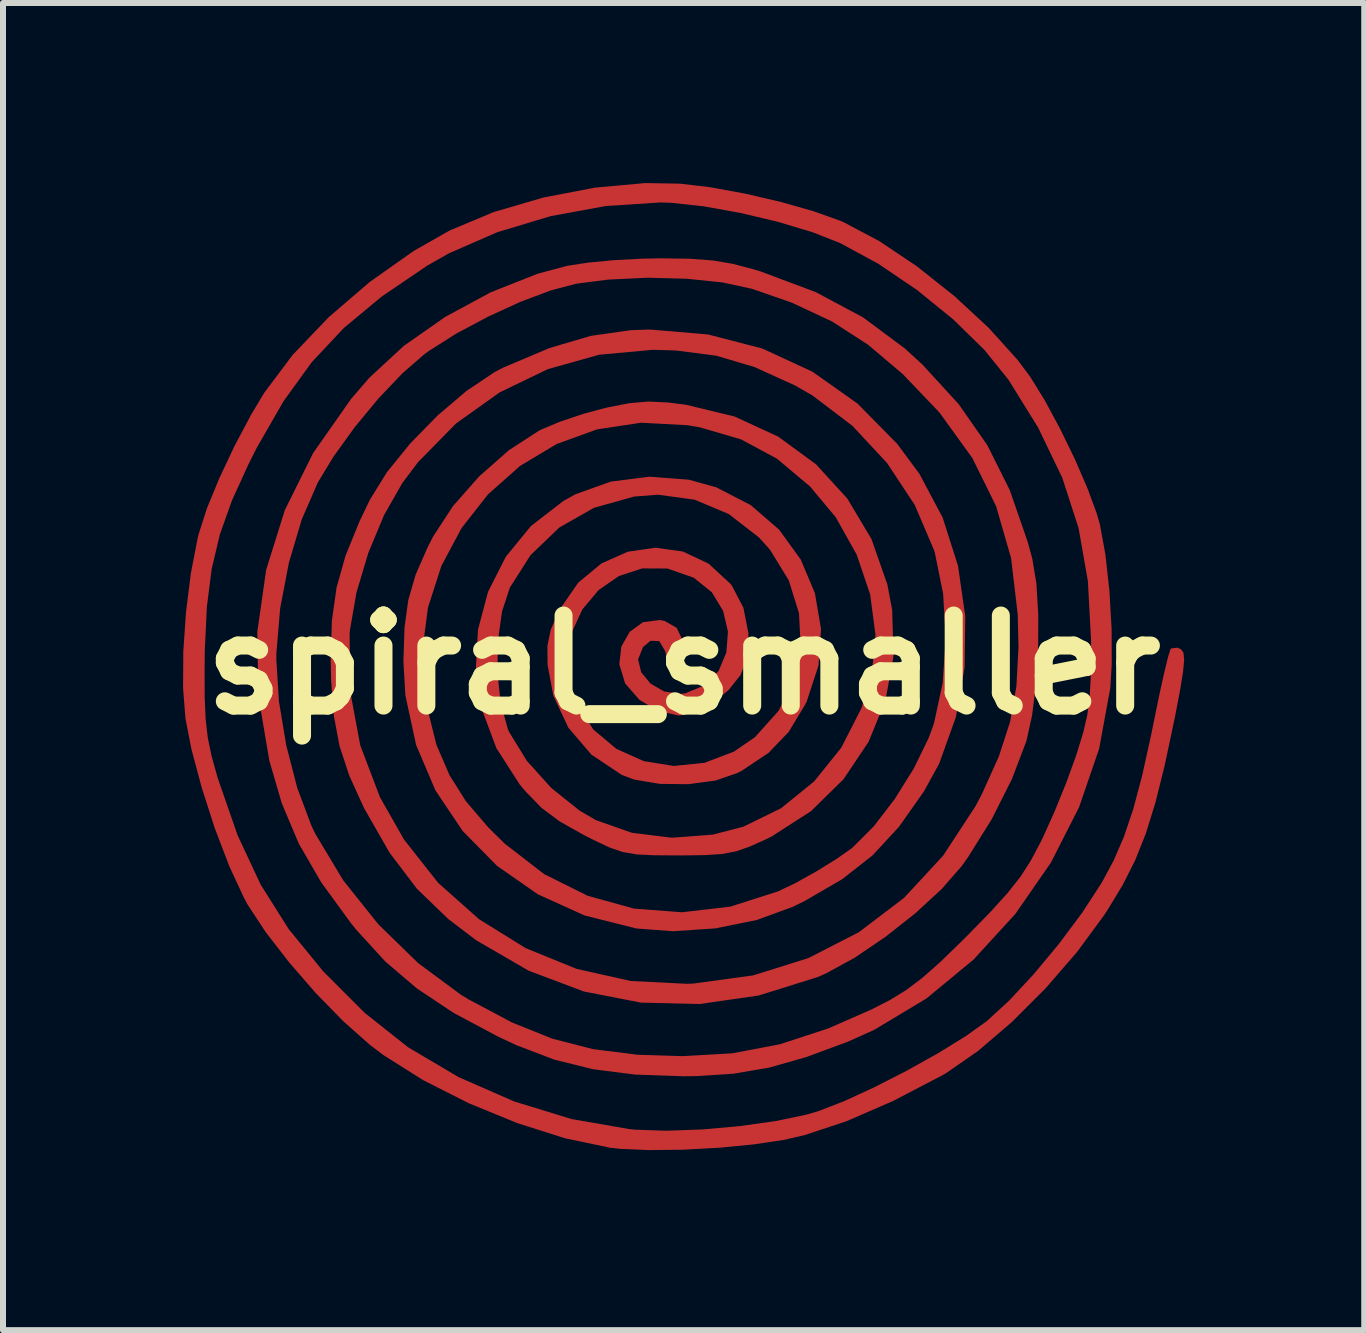
<source format=kicad_pcb>
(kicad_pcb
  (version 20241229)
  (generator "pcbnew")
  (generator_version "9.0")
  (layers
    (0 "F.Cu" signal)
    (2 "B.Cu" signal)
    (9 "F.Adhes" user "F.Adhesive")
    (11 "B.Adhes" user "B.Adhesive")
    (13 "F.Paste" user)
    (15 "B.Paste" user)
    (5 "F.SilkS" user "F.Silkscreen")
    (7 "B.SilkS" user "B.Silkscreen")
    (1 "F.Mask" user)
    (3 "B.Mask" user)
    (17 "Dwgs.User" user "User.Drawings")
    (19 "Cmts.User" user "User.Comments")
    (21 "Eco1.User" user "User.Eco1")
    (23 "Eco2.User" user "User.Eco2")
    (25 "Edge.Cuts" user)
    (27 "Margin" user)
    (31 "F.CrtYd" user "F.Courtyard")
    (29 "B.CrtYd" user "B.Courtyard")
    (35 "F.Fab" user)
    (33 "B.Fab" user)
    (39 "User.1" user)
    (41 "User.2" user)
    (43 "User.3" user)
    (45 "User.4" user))
  (footprint "spiral_smaller"
    (layer "F.Cu")
    (at 8.339 8.027)
    (property "Reference" "spiral_smaller" (at 0 0 0) (layer "F.SilkS") (effects (font (size 1.5 1.5) (thickness 0.3))))
    (attr board_only exclude_from_pos_files exclude_from_bom)
    (fp_poly (pts (xy -0.059 -8.017) (xy 0.446 -7.957) (xy 1.025 -7.851) (xy 1.619 -7.713) (xy 2.17 -7.556) (xy 2.618 -7.396) (xy 2.67 -7.373) (xy 3.261 -7.06) (xy 3.89 -6.638) (xy 4.512 -6.144) (xy 5.085 -5.613) (xy 5.565 -5.081) (xy 5.778 -4.795) (xy 6.019 -4.404) (xy 6.273 -3.933) (xy 6.518 -3.429) (xy 6.729 -2.942) (xy 6.884 -2.521) (xy 6.937 -2.335) (xy 7.028 -1.836) (xy 7.094 -1.237) (xy 7.131 -0.605) (xy 7.133 -0.011) (xy 7.109 0.386) (xy 6.924 1.395) (xy 6.589 2.372) (xy 6.119 3.296) (xy 5.528 4.149) (xy 4.831 4.91) (xy 4.044 5.56) (xy 3.179 6.079) (xy 2.743 6.276) (xy 2.043 6.535) (xy 1.426 6.71) (xy 0.835 6.811) (xy 0.214 6.852) (xy 0 6.854) (xy -0.81 6.826) (xy -1.509 6.737) (xy -2.151 6.578) (xy -2.786 6.336) (xy -3.086 6.196) (xy -3.829 5.8) (xy -4.444 5.391) (xy -4.972 4.94) (xy -5.452 4.415) (xy -5.543 4.302) (xy -6.037 3.624) (xy -6.412 2.976) (xy -6.694 2.306) (xy -6.901 1.599) (xy -7.085 0.514) (xy -7.102 -0.549) (xy -6.955 -1.582) (xy -6.644 -2.577) (xy -6.172 -3.529) (xy -5.541 -4.429) (xy -5.236 -4.783) (xy -4.663 -5.313) (xy -3.972 -5.797) (xy -3.213 -6.207) (xy -2.436 -6.515) (xy -1.94 -6.648) (xy -1.597 -6.701) (xy -1.152 -6.743) (xy -0.673 -6.768) (xy -0.38 -6.773) (xy 0.105 -6.766) (xy 0.483 -6.738) (xy 0.816 -6.682) (xy 1.167 -6.59) (xy 1.287 -6.553) (xy 2.2 -6.211) (xy 2.989 -5.79) (xy 3.688 -5.27) (xy 3.981 -5.001) (xy 4.582 -4.345) (xy 5.059 -3.662) (xy 5.434 -2.912) (xy 5.732 -2.053) (xy 5.811 -1.763) (xy 5.878 -1.357) (xy 5.909 -0.839) (xy 5.907 -0.264) (xy 5.872 0.314) (xy 5.806 0.843) (xy 5.712 1.267) (xy 5.711 1.27) (xy 5.471 1.901) (xy 5.135 2.569) (xy 4.739 3.204) (xy 4.633 3.353) (xy 4.302 3.732) (xy 3.862 4.138) (xy 3.361 4.533) (xy 2.849 4.88) (xy 2.372 5.141) (xy 2.235 5.201) (xy 1.251 5.509) (xy 0.264 5.651) (xy -0.711 5.627) (xy -1.665 5.441) (xy -2.584 5.094) (xy -3.456 4.588) (xy -3.922 4.233) (xy -4.443 3.73) (xy -4.899 3.129) (xy -5.318 2.396) (xy -5.331 2.371) (xy -5.57 1.845) (xy -5.732 1.353) (xy -5.829 0.84) (xy -5.873 0.247) (xy -5.88 -0.127) (xy -5.859 -0.742) (xy -5.782 -1.286) (xy -5.633 -1.817) (xy -5.399 -2.391) (xy -5.226 -2.752) (xy -4.944 -3.208) (xy -4.553 -3.69) (xy -4.096 -4.157) (xy -3.613 -4.567) (xy -3.148 -4.878) (xy -3.006 -4.952) (xy -2.241 -5.276) (xy -1.547 -5.481) (xy -0.881 -5.576) (xy -0.563 -5.587) (xy 0.407 -5.505) (xy 1.313 -5.27) (xy 2.147 -4.884) (xy 2.898 -4.353) (xy 3.559 -3.682) (xy 3.929 -3.183) (xy 4.317 -2.452) (xy 4.572 -1.651) (xy 4.693 -0.81) (xy 4.682 0.041) (xy 4.536 0.871) (xy 4.257 1.649) (xy 4.003 2.11) (xy 3.586 2.701) (xy 3.148 3.174) (xy 2.644 3.57) (xy 2.03 3.927) (xy 1.82 4.031) (xy 1.219 4.251) (xy 0.531 4.39) (xy -0.174 4.438) (xy -0.788 4.392) (xy -1.65 4.175) (xy -2.427 3.823) (xy -3.108 3.349) (xy -3.682 2.766) (xy -4.135 2.09) (xy -4.457 1.333) (xy -4.635 0.509) (xy -4.668 -0.057) (xy -4.65 -0.619) (xy -4.587 -1.079) (xy -4.464 -1.503) (xy -4.266 -1.955) (xy -4.173 -2.138) (xy -3.843 -2.644) (xy -3.407 -3.139) (xy -2.913 -3.574) (xy -2.412 -3.9) (xy -2.372 -3.92) (xy -2.058 -4.052) (xy -1.663 -4.184) (xy -1.282 -4.286) (xy -0.9 -4.36) (xy -0.587 -4.387) (xy -0.256 -4.371) (xy 0.042 -4.333) (xy 0.849 -4.138) (xy 1.575 -3.803) (xy 2.206 -3.342) (xy 2.729 -2.769) (xy 3.13 -2.097) (xy 3.395 -1.34) (xy 3.475 -0.917) (xy 3.498 -0.148) (xy 3.363 0.593) (xy 3.081 1.284) (xy 2.664 1.906) (xy 2.123 2.437) (xy 1.469 2.858) (xy 1.374 2.905) (xy 1.102 3.028) (xy 0.877 3.106) (xy 0.644 3.151) (xy 0.352 3.17) (xy -0.052 3.175) (xy -0.095 3.175) (xy -0.501 3.172) (xy -0.791 3.157) (xy -1.018 3.117) (xy -1.235 3.042) (xy -1.497 2.918) (xy -1.659 2.836) (xy -2.062 2.61) (xy -2.368 2.382) (xy -2.641 2.1) (xy -2.732 1.99) (xy -3.119 1.387) (xy -3.361 0.742) (xy -3.462 0.078) (xy -3.426 -0.583) (xy -3.258 -1.217) (xy -2.962 -1.802) (xy -2.542 -2.314) (xy -2.004 -2.73) (xy -1.803 -2.842) (xy -1.213 -3.053) (xy -0.566 -3.135) (xy 0.086 -3.085) (xy 0.543 -2.959) (xy 1.12 -2.661) (xy 1.593 -2.251) (xy 1.952 -1.754) (xy 2.188 -1.194) (xy 2.29 -0.597) (xy 2.247 0.013) (xy 2.051 0.611) (xy 2.027 0.66) (xy 1.751 1.117) (xy 1.415 1.467) (xy 0.969 1.764) (xy 0.899 1.801) (xy 0.533 1.927) (xy 0.079 1.988) (xy -0.395 1.983) (xy -0.823 1.911) (xy -1.031 1.833) (xy -1.536 1.495) (xy -1.92 1.047) (xy -2.17 0.511) (xy -2.266 0) (xy -2.269 -0.316) (xy -2.214 -0.583) (xy -2.081 -0.888) (xy -2.059 -0.931) (xy -1.754 -1.371) (xy -1.368 -1.69) (xy -0.93 -1.885) (xy -0.468 -1.952) (xy -0.01 -1.888) (xy 0.416 -1.687) (xy 0.783 -1.348) (xy 0.805 -1.319) (xy 0.997 -0.95) (xy 1.081 -0.523) (xy 1.05 -0.102) (xy 0.949 0.169) (xy 0.747 0.423) (xy 0.46 0.647) (xy 0.151 0.801) (xy -0.072 0.845) (xy -0.413 0.774) (xy -0.735 0.583) (xy -0.969 0.315) (xy -0.977 0.3) (xy -1.071 -0.01) (xy -1.037 -0.305) (xy -0.898 -0.55) (xy -0.678 -0.71) (xy -0.398 -0.747) (xy -0.317 -0.732) (xy -0.115 -0.617) (xy -0.028 -0.435) (xy -0.075 -0.238) (xy -0.121 -0.182) (xy -0.229 -0.094) (xy -0.284 -0.149) (xy -0.309 -0.233) (xy -0.405 -0.395) (xy -0.551 -0.401) (xy -0.676 -0.297) (xy -0.758 -0.091) (xy -0.706 0.123) (xy -0.55 0.313) (xy -0.322 0.444) (xy -0.051 0.484) (xy 0.028 0.474) (xy 0.356 0.339) (xy 0.585 0.1) (xy 0.713 -0.209) (xy 0.739 -0.554) (xy 0.659 -0.898) (xy 0.471 -1.209) (xy 0.173 -1.449) (xy 0.164 -1.454) (xy -0.269 -1.605) (xy -0.689 -1.607) (xy -1.078 -1.48) (xy -1.416 -1.246) (xy -1.686 -0.924) (xy -1.866 -0.535) (xy -1.94 -0.1) (xy -1.886 0.362) (xy -1.787 0.641) (xy -1.504 1.077) (xy -1.119 1.4) (xy -0.663 1.604) (xy -0.165 1.684) (xy 0.345 1.633) (xy 0.838 1.446) (xy 1.189 1.205) (xy 1.584 0.764) (xy 1.838 0.255) (xy 1.951 -0.295) (xy 1.923 -0.859) (xy 1.752 -1.409) (xy 1.44 -1.918) (xy 1.258 -2.121) (xy 0.754 -2.512) (xy 0.185 -2.752) (xy -0.428 -2.835) (xy -0.824 -2.804) (xy -1.492 -2.617) (xy -2.071 -2.288) (xy -2.55 -1.828) (xy -2.895 -1.286) (xy -3.025 -0.89) (xy -3.094 -0.396) (xy -3.101 0.135) (xy -3.046 0.644) (xy -2.928 1.069) (xy -2.906 1.119) (xy -2.612 1.598) (xy -2.202 2.053) (xy -1.729 2.431) (xy -1.463 2.586) (xy -0.861 2.798) (xy -0.196 2.88) (xy 0.485 2.829) (xy 0.994 2.697) (xy 1.625 2.388) (xy 2.175 1.942) (xy 2.627 1.38) (xy 2.964 0.72) (xy 3.136 0.151) (xy 3.197 -0.498) (xy 3.109 -1.171) (xy 2.884 -1.837) (xy 2.534 -2.461) (xy 2.105 -2.974) (xy 1.554 -3.436) (xy 0.959 -3.756) (xy 0.277 -3.956) (xy 0.064 -3.993) (xy -0.709 -4.034) (xy -1.44 -3.924) (xy -2.116 -3.679) (xy -2.726 -3.313) (xy -3.257 -2.842) (xy -3.698 -2.281) (xy -4.036 -1.647) (xy -4.259 -0.954) (xy -4.355 -0.218) (xy -4.313 0.546) (xy -4.12 1.323) (xy -4.109 1.352) (xy -3.9 1.838) (xy -3.627 2.272) (xy -3.257 2.705) (xy -2.983 2.976) (xy -2.325 3.485) (xy -1.599 3.847) (xy -0.825 4.061) (xy -0.025 4.122) (xy 0.779 4.028) (xy 1.568 3.776) (xy 1.861 3.637) (xy 2.207 3.444) (xy 2.538 3.24) (xy 2.791 3.063) (xy 2.82 3.039) (xy 3.168 2.691) (xy 3.519 2.234) (xy 3.836 1.725) (xy 4.083 1.219) (xy 4.171 0.978) (xy 4.316 0.304) (xy 4.367 -0.44) (xy 4.324 -1.185) (xy 4.187 -1.863) (xy 4.171 -1.915) (xy 3.851 -2.665) (xy 3.389 -3.364) (xy 2.813 -3.982) (xy 2.149 -4.487) (xy 1.857 -4.655) (xy 1.182 -4.962) (xy 0.544 -5.151) (xy -0.126 -5.238) (xy -0.517 -5.249) (xy -1.405 -5.167) (xy -2.261 -4.927) (xy -3.064 -4.54) (xy -3.793 -4.02) (xy -4.425 -3.376) (xy -4.687 -3.028) (xy -4.99 -2.496) (xy -5.253 -1.865) (xy -5.45 -1.205) (xy -5.558 -0.586) (xy -5.564 -0.508) (xy -5.555 0.44) (xy -5.387 1.34) (xy -5.058 2.206) (xy -4.658 2.91) (xy -4.089 3.632) (xy -3.407 4.238) (xy -2.632 4.719) (xy -1.783 5.065) (xy -0.88 5.267) (xy 0.056 5.314) (xy 0.169 5.309) (xy 1.158 5.174) (xy 2.078 4.886) (xy 2.92 4.454) (xy 3.672 3.883) (xy 4.324 3.179) (xy 4.866 2.351) (xy 4.972 2.149) (xy 5.252 1.527) (xy 5.44 0.949) (xy 5.545 0.358) (xy 5.58 -0.299) (xy 5.567 -0.841) (xy 5.456 -1.78) (xy 5.207 -2.642) (xy 4.812 -3.444) (xy 4.264 -4.203) (xy 3.648 -4.848) (xy 3.07 -5.336) (xy 2.472 -5.722) (xy 1.802 -6.035) (xy 1.143 -6.264) (xy 0.653 -6.371) (xy 0.053 -6.433) (xy -0.6 -6.45) (xy -1.253 -6.419) (xy -1.787 -6.351) (xy -2.211 -6.239) (xy -2.719 -6.048) (xy -3.26 -5.8) (xy -3.784 -5.521) (xy -4.239 -5.233) (xy -4.322 -5.173) (xy -4.684 -4.858) (xy -5.083 -4.439) (xy -5.478 -3.961) (xy -5.832 -3.471) (xy -6.093 -3.04) (xy -6.362 -2.422) (xy -6.576 -1.701) (xy -6.722 -0.938) (xy -6.784 -0.196) (xy -6.785 -0.085) (xy -6.742 0.607) (xy -6.62 1.34) (xy -6.436 2.051) (xy -6.202 2.676) (xy -6.138 2.811) (xy -5.672 3.588) (xy -5.088 4.32) (xy -4.422 4.969) (xy -3.711 5.495) (xy -3.582 5.573) (xy -2.863 5.956) (xy -2.188 6.228) (xy -1.506 6.403) (xy -0.762 6.496) (xy -0.013 6.519) (xy 0.81 6.472) (xy 1.601 6.322) (xy 2.409 6.058) (xy 3.127 5.743) (xy 3.44 5.583) (xy 3.71 5.417) (xy 3.974 5.218) (xy 4.269 4.958) (xy 4.631 4.607) (xy 4.739 4.499) (xy 5.118 4.111) (xy 5.4 3.799) (xy 5.614 3.528) (xy 5.787 3.258) (xy 5.948 2.954) (xy 5.985 2.879) (xy 6.18 2.446) (xy 6.378 1.958) (xy 6.541 1.508) (xy 6.563 1.439) (xy 6.66 1.119) (xy 6.725 0.841) (xy 6.764 0.558) (xy 6.783 0.22) (xy 6.789 -0.221) (xy 6.788 -0.423) (xy 6.736 -1.394) (xy 6.581 -2.279) (xy 6.309 -3.117) (xy 5.908 -3.951) (xy 5.413 -4.75) (xy 5.012 -5.247) (xy 4.49 -5.758) (xy 3.887 -6.247) (xy 3.245 -6.682) (xy 2.609 -7.027) (xy 2.143 -7.21) (xy 1.57 -7.382) (xy 0.949 -7.529) (xy 0.339 -7.639) (xy -0.2 -7.698) (xy -0.391 -7.704) (xy -1.294 -7.645) (xy -2.214 -7.476) (xy -3.102 -7.209) (xy -3.907 -6.858) (xy -4.268 -6.653) (xy -5.029 -6.137) (xy -5.66 -5.613) (xy -6.195 -5.043) (xy -6.667 -4.39) (xy -7.111 -3.617) (xy -7.246 -3.35) (xy -7.524 -2.74) (xy -7.726 -2.173) (xy -7.862 -1.599) (xy -7.942 -0.972) (xy -7.977 -0.242) (xy -7.98 0.042) (xy -7.979 0.533) (xy -7.963 0.906) (xy -7.927 1.216) (xy -7.865 1.515) (xy -7.77 1.856) (xy -7.755 1.905) (xy -7.429 2.843) (xy -7.046 3.661) (xy -6.58 4.401) (xy -6.004 5.106) (xy -5.313 5.798) (xy -4.59 6.371) (xy -3.747 6.869) (xy -2.825 7.273) (xy -1.866 7.567) (xy -0.907 7.734) (xy -0.804 7.744) (xy -0.285 7.762) (xy 0.316 7.74) (xy 0.942 7.684) (xy 1.539 7.6) (xy 2.049 7.493) (xy 2.244 7.436) (xy 2.673 7.27) (xy 3.181 7.036) (xy 3.721 6.76) (xy 4.244 6.468) (xy 4.704 6.184) (xy 5.051 5.936) (xy 5.42 5.598) (xy 5.833 5.154) (xy 6.253 4.649) (xy 6.642 4.128) (xy 6.964 3.633) (xy 6.966 3.63) (xy 7.166 3.259) (xy 7.338 2.859) (xy 7.493 2.399) (xy 7.64 1.845) (xy 7.79 1.166) (xy 7.846 0.889) (xy 7.931 0.476) (xy 8.009 0.125) (xy 8.072 -0.133) (xy 8.113 -0.264) (xy 8.118 -0.272) (xy 8.225 -0.287) (xy 8.286 -0.261) (xy 8.327 -0.205) (xy 8.34 -0.086) (xy 8.321 0.119) (xy 8.269 0.436) (xy 8.182 0.891) (xy 8.172 0.938) (xy 8.013 1.685) (xy 7.86 2.298) (xy 7.701 2.81) (xy 7.524 3.255) (xy 7.316 3.667) (xy 7.066 4.079) (xy 7.007 4.17) (xy 6.554 4.785) (xy 6.03 5.39) (xy 5.469 5.951) (xy 4.907 6.432) (xy 4.377 6.8) (xy 4.298 6.845) (xy 3.486 7.268) (xy 2.717 7.602) (xy 2.021 7.833) (xy 1.679 7.913) (xy 1.171 7.989) (xy 0.589 8.045) (xy -0.014 8.078) (xy -0.581 8.084) (xy -1.06 8.063) (xy -1.228 8.044) (xy -1.974 7.888) (xy -2.775 7.633) (xy -3.58 7.303) (xy -4.339 6.919) (xy -5 6.502) (xy -5.227 6.33) (xy -5.669 5.938) (xy -6.13 5.466) (xy -6.572 4.957) (xy -6.961 4.454) (xy -7.261 3.998) (xy -7.322 3.886) (xy -7.568 3.356) (xy -7.81 2.723) (xy -8.027 2.05) (xy -8.2 1.403) (xy -8.299 0.895) (xy -8.339 0.39) (xy -8.335 -0.221) (xy -8.29 -0.881) (xy -8.208 -1.533) (xy -8.094 -2.12) (xy -8.076 -2.189) (xy -7.942 -2.606) (xy -7.735 -3.109) (xy -7.481 -3.648) (xy -7.204 -4.17) (xy -6.986 -4.534) (xy -6.513 -5.164) (xy -5.914 -5.791) (xy -5.228 -6.38) (xy -4.497 -6.896) (xy -3.897 -7.237) (xy -3.164 -7.544) (xy -2.336 -7.786) (xy -1.475 -7.951) (xy -0.638 -8.027)) (stroke (width 0) (type solid)) (fill yes) (layer "F.Cu"))
    (fp_poly (pts (xy -0.059 -8.017) (xy 0.446 -7.957) (xy 1.025 -7.851) (xy 1.619 -7.713) (xy 2.17 -7.556) (xy 2.618 -7.396) (xy 2.67 -7.373) (xy 3.261 -7.06) (xy 3.89 -6.638) (xy 4.512 -6.144) (xy 5.085 -5.613) (xy 5.565 -5.081) (xy 5.778 -4.795) (xy 6.019 -4.404) (xy 6.273 -3.933) (xy 6.518 -3.429) (xy 6.729 -2.942) (xy 6.884 -2.521) (xy 6.937 -2.335) (xy 7.028 -1.836) (xy 7.094 -1.237) (xy 7.131 -0.605) (xy 7.133 -0.011) (xy 7.109 0.386) (xy 6.924 1.395) (xy 6.589 2.372) (xy 6.119 3.296) (xy 5.528 4.149) (xy 4.831 4.91) (xy 4.044 5.56) (xy 3.179 6.079) (xy 2.743 6.276) (xy 2.043 6.535) (xy 1.426 6.71) (xy 0.835 6.811) (xy 0.214 6.852) (xy 0 6.854) (xy -0.81 6.826) (xy -1.509 6.737) (xy -2.151 6.578) (xy -2.786 6.336) (xy -3.086 6.196) (xy -3.829 5.8) (xy -4.444 5.391) (xy -4.972 4.94) (xy -5.452 4.415) (xy -5.543 4.302) (xy -6.037 3.624) (xy -6.412 2.976) (xy -6.694 2.306) (xy -6.901 1.599) (xy -7.085 0.514) (xy -7.102 -0.549) (xy -6.955 -1.582) (xy -6.644 -2.577) (xy -6.172 -3.529) (xy -5.541 -4.429) (xy -5.236 -4.783) (xy -4.663 -5.313) (xy -3.972 -5.797) (xy -3.213 -6.207) (xy -2.436 -6.515) (xy -1.94 -6.648) (xy -1.597 -6.701) (xy -1.152 -6.743) (xy -0.673 -6.768) (xy -0.38 -6.773) (xy 0.105 -6.766) (xy 0.483 -6.738) (xy 0.816 -6.682) (xy 1.167 -6.59) (xy 1.287 -6.553) (xy 2.2 -6.211) (xy 2.989 -5.79) (xy 3.688 -5.27) (xy 3.981 -5.001) (xy 4.582 -4.345) (xy 5.059 -3.662) (xy 5.434 -2.912) (xy 5.732 -2.053) (xy 5.811 -1.763) (xy 5.878 -1.357) (xy 5.909 -0.839) (xy 5.907 -0.264) (xy 5.872 0.314) (xy 5.806 0.843) (xy 5.712 1.267) (xy 5.711 1.27) (xy 5.471 1.901) (xy 5.135 2.569) (xy 4.739 3.204) (xy 4.633 3.353) (xy 4.302 3.732) (xy 3.862 4.138) (xy 3.361 4.533) (xy 2.849 4.88) (xy 2.372 5.141) (xy 2.235 5.201) (xy 1.251 5.509) (xy 0.264 5.651) (xy -0.711 5.627) (xy -1.665 5.441) (xy -2.584 5.094) (xy -3.456 4.588) (xy -3.922 4.233) (xy -4.443 3.73) (xy -4.899 3.129) (xy -5.318 2.396) (xy -5.331 2.371) (xy -5.57 1.845) (xy -5.732 1.353) (xy -5.829 0.84) (xy -5.873 0.247) (xy -5.88 -0.127) (xy -5.859 -0.742) (xy -5.782 -1.286) (xy -5.633 -1.817) (xy -5.399 -2.391) (xy -5.226 -2.752) (xy -4.944 -3.208) (xy -4.553 -3.69) (xy -4.096 -4.157) (xy -3.613 -4.567) (xy -3.148 -4.878) (xy -3.006 -4.952) (xy -2.241 -5.276) (xy -1.547 -5.481) (xy -0.881 -5.576) (xy -0.563 -5.587) (xy 0.407 -5.505) (xy 1.313 -5.27) (xy 2.147 -4.884) (xy 2.898 -4.353) (xy 3.559 -3.682) (xy 3.929 -3.183) (xy 4.317 -2.452) (xy 4.572 -1.651) (xy 4.693 -0.81) (xy 4.682 0.041) (xy 4.536 0.871) (xy 4.257 1.649) (xy 4.003 2.11) (xy 3.586 2.701) (xy 3.148 3.174) (xy 2.644 3.57) (xy 2.03 3.927) (xy 1.82 4.031) (xy 1.219 4.251) (xy 0.531 4.39) (xy -0.174 4.438) (xy -0.788 4.392) (xy -1.65 4.175) (xy -2.427 3.823) (xy -3.108 3.349) (xy -3.682 2.766) (xy -4.135 2.09) (xy -4.457 1.333) (xy -4.635 0.509) (xy -4.668 -0.057) (xy -4.65 -0.619) (xy -4.587 -1.079) (xy -4.464 -1.503) (xy -4.266 -1.955) (xy -4.173 -2.138) (xy -3.843 -2.644) (xy -3.407 -3.139) (xy -2.913 -3.574) (xy -2.412 -3.9) (xy -2.372 -3.92) (xy -2.058 -4.052) (xy -1.663 -4.184) (xy -1.282 -4.286) (xy -0.9 -4.36) (xy -0.587 -4.387) (xy -0.256 -4.371) (xy 0.042 -4.333) (xy 0.849 -4.138) (xy 1.575 -3.803) (xy 2.206 -3.342) (xy 2.729 -2.769) (xy 3.13 -2.097) (xy 3.395 -1.34) (xy 3.475 -0.917) (xy 3.498 -0.148) (xy 3.363 0.593) (xy 3.081 1.284) (xy 2.664 1.906) (xy 2.123 2.437) (xy 1.469 2.858) (xy 1.374 2.905) (xy 1.102 3.028) (xy 0.877 3.106) (xy 0.644 3.151) (xy 0.352 3.17) (xy -0.052 3.175) (xy -0.095 3.175) (xy -0.501 3.172) (xy -0.791 3.157) (xy -1.018 3.117) (xy -1.235 3.042) (xy -1.497 2.918) (xy -1.659 2.836) (xy -2.062 2.61) (xy -2.368 2.382) (xy -2.641 2.1) (xy -2.732 1.99) (xy -3.119 1.387) (xy -3.361 0.742) (xy -3.462 0.078) (xy -3.426 -0.583) (xy -3.258 -1.217) (xy -2.962 -1.802) (xy -2.542 -2.314) (xy -2.004 -2.73) (xy -1.803 -2.842) (xy -1.213 -3.053) (xy -0.566 -3.135) (xy 0.086 -3.085) (xy 0.543 -2.959) (xy 1.12 -2.661) (xy 1.593 -2.251) (xy 1.952 -1.754) (xy 2.188 -1.194) (xy 2.29 -0.597) (xy 2.247 0.013) (xy 2.051 0.611) (xy 2.027 0.66) (xy 1.751 1.117) (xy 1.415 1.467) (xy 0.969 1.764) (xy 0.899 1.801) (xy 0.533 1.927) (xy 0.079 1.988) (xy -0.395 1.983) (xy -0.823 1.911) (xy -1.031 1.833) (xy -1.536 1.495) (xy -1.92 1.047) (xy -2.17 0.511) (xy -2.266 0) (xy -2.269 -0.316) (xy -2.214 -0.583) (xy -2.081 -0.888) (xy -2.059 -0.931) (xy -1.754 -1.371) (xy -1.368 -1.69) (xy -0.93 -1.885) (xy -0.468 -1.952) (xy -0.01 -1.888) (xy 0.416 -1.687) (xy 0.783 -1.348) (xy 0.805 -1.319) (xy 0.997 -0.95) (xy 1.081 -0.523) (xy 1.05 -0.102) (xy 0.949 0.169) (xy 0.747 0.423) (xy 0.46 0.647) (xy 0.151 0.801) (xy -0.072 0.845) (xy -0.413 0.774) (xy -0.735 0.583) (xy -0.969 0.315) (xy -0.977 0.3) (xy -1.071 -0.01) (xy -1.037 -0.305) (xy -0.898 -0.55) (xy -0.678 -0.71) (xy -0.398 -0.747) (xy -0.317 -0.732) (xy -0.115 -0.617) (xy -0.028 -0.435) (xy -0.075 -0.238) (xy -0.121 -0.182) (xy -0.229 -0.094) (xy -0.284 -0.149) (xy -0.309 -0.233) (xy -0.405 -0.395) (xy -0.551 -0.401) (xy -0.676 -0.297) (xy -0.758 -0.091) (xy -0.706 0.123) (xy -0.55 0.313) (xy -0.322 0.444) (xy -0.051 0.484) (xy 0.028 0.474) (xy 0.356 0.339) (xy 0.585 0.1) (xy 0.713 -0.209) (xy 0.739 -0.554) (xy 0.659 -0.898) (xy 0.471 -1.209) (xy 0.173 -1.449) (xy 0.164 -1.454) (xy -0.269 -1.605) (xy -0.689 -1.607) (xy -1.078 -1.48) (xy -1.416 -1.246) (xy -1.686 -0.924) (xy -1.866 -0.535) (xy -1.94 -0.1) (xy -1.886 0.362) (xy -1.787 0.641) (xy -1.504 1.077) (xy -1.119 1.4) (xy -0.663 1.604) (xy -0.165 1.684) (xy 0.345 1.633) (xy 0.838 1.446) (xy 1.189 1.205) (xy 1.584 0.764) (xy 1.838 0.255) (xy 1.951 -0.295) (xy 1.923 -0.859) (xy 1.752 -1.409) (xy 1.44 -1.918) (xy 1.258 -2.121) (xy 0.754 -2.512) (xy 0.185 -2.752) (xy -0.428 -2.835) (xy -0.824 -2.804) (xy -1.492 -2.617) (xy -2.071 -2.288) (xy -2.55 -1.828) (xy -2.895 -1.286) (xy -3.025 -0.89) (xy -3.094 -0.396) (xy -3.101 0.135) (xy -3.046 0.644) (xy -2.928 1.069) (xy -2.906 1.119) (xy -2.612 1.598) (xy -2.202 2.053) (xy -1.729 2.431) (xy -1.463 2.586) (xy -0.861 2.798) (xy -0.196 2.88) (xy 0.485 2.829) (xy 0.994 2.697) (xy 1.625 2.388) (xy 2.175 1.942) (xy 2.627 1.38) (xy 2.964 0.72) (xy 3.136 0.151) (xy 3.197 -0.498) (xy 3.109 -1.171) (xy 2.884 -1.837) (xy 2.534 -2.461) (xy 2.105 -2.974) (xy 1.554 -3.436) (xy 0.959 -3.756) (xy 0.277 -3.956) (xy 0.064 -3.993) (xy -0.709 -4.034) (xy -1.44 -3.924) (xy -2.116 -3.679) (xy -2.726 -3.313) (xy -3.257 -2.842) (xy -3.698 -2.281) (xy -4.036 -1.647) (xy -4.259 -0.954) (xy -4.355 -0.218) (xy -4.313 0.546) (xy -4.12 1.323) (xy -4.109 1.352) (xy -3.9 1.838) (xy -3.627 2.272) (xy -3.257 2.705) (xy -2.983 2.976) (xy -2.325 3.485) (xy -1.599 3.847) (xy -0.825 4.061) (xy -0.025 4.122) (xy 0.779 4.028) (xy 1.568 3.776) (xy 1.861 3.637) (xy 2.207 3.444) (xy 2.538 3.24) (xy 2.791 3.063) (xy 2.82 3.039) (xy 3.168 2.691) (xy 3.519 2.234) (xy 3.836 1.725) (xy 4.083 1.219) (xy 4.171 0.978) (xy 4.316 0.304) (xy 4.367 -0.44) (xy 4.324 -1.185) (xy 4.187 -1.863) (xy 4.171 -1.915) (xy 3.851 -2.665) (xy 3.389 -3.364) (xy 2.813 -3.982) (xy 2.149 -4.487) (xy 1.857 -4.655) (xy 1.182 -4.962) (xy 0.544 -5.151) (xy -0.126 -5.238) (xy -0.517 -5.249) (xy -1.405 -5.167) (xy -2.261 -4.927) (xy -3.064 -4.54) (xy -3.793 -4.02) (xy -4.425 -3.376) (xy -4.687 -3.028) (xy -4.99 -2.496) (xy -5.253 -1.865) (xy -5.45 -1.205) (xy -5.558 -0.586) (xy -5.564 -0.508) (xy -5.555 0.44) (xy -5.387 1.34) (xy -5.058 2.206) (xy -4.658 2.91) (xy -4.089 3.632) (xy -3.407 4.238) (xy -2.632 4.719) (xy -1.783 5.065) (xy -0.88 5.267) (xy 0.056 5.314) (xy 0.169 5.309) (xy 1.158 5.174) (xy 2.078 4.886) (xy 2.92 4.454) (xy 3.672 3.883) (xy 4.324 3.179) (xy 4.866 2.351) (xy 4.972 2.149) (xy 5.252 1.527) (xy 5.44 0.949) (xy 5.545 0.358) (xy 5.58 -0.299) (xy 5.567 -0.841) (xy 5.456 -1.78) (xy 5.207 -2.642) (xy 4.812 -3.444) (xy 4.264 -4.203) (xy 3.648 -4.848) (xy 3.07 -5.336) (xy 2.472 -5.722) (xy 1.802 -6.035) (xy 1.143 -6.264) (xy 0.653 -6.371) (xy 0.053 -6.433) (xy -0.6 -6.45) (xy -1.253 -6.419) (xy -1.787 -6.351) (xy -2.211 -6.239) (xy -2.719 -6.048) (xy -3.26 -5.8) (xy -3.784 -5.521) (xy -4.239 -5.233) (xy -4.322 -5.173) (xy -4.684 -4.858) (xy -5.083 -4.439) (xy -5.478 -3.961) (xy -5.832 -3.471) (xy -6.093 -3.04) (xy -6.362 -2.422) (xy -6.576 -1.701) (xy -6.722 -0.938) (xy -6.784 -0.196) (xy -6.785 -0.085) (xy -6.742 0.607) (xy -6.62 1.34) (xy -6.436 2.051) (xy -6.202 2.676) (xy -6.138 2.811) (xy -5.672 3.588) (xy -5.088 4.32) (xy -4.422 4.969) (xy -3.711 5.495) (xy -3.582 5.573) (xy -2.863 5.956) (xy -2.188 6.228) (xy -1.506 6.403) (xy -0.762 6.496) (xy -0.013 6.519) (xy 0.81 6.472) (xy 1.601 6.322) (xy 2.409 6.058) (xy 3.127 5.743) (xy 3.44 5.583) (xy 3.71 5.417) (xy 3.974 5.218) (xy 4.269 4.958) (xy 4.631 4.607) (xy 4.739 4.499) (xy 5.118 4.111) (xy 5.4 3.799) (xy 5.614 3.528) (xy 5.787 3.258) (xy 5.948 2.954) (xy 5.985 2.879) (xy 6.18 2.446) (xy 6.378 1.958) (xy 6.541 1.508) (xy 6.563 1.439) (xy 6.66 1.119) (xy 6.725 0.841) (xy 6.764 0.558) (xy 6.783 0.22) (xy 6.789 -0.221) (xy 6.788 -0.423) (xy 6.736 -1.394) (xy 6.581 -2.279) (xy 6.309 -3.117) (xy 5.908 -3.951) (xy 5.413 -4.75) (xy 5.012 -5.247) (xy 4.49 -5.758) (xy 3.887 -6.247) (xy 3.245 -6.682) (xy 2.609 -7.027) (xy 2.143 -7.21) (xy 1.57 -7.382) (xy 0.949 -7.529) (xy 0.339 -7.639) (xy -0.2 -7.698) (xy -0.391 -7.704) (xy -1.294 -7.645) (xy -2.214 -7.476) (xy -3.102 -7.209) (xy -3.907 -6.858) (xy -4.268 -6.653) (xy -5.029 -6.137) (xy -5.66 -5.613) (xy -6.195 -5.043) (xy -6.667 -4.39) (xy -7.111 -3.617) (xy -7.246 -3.35) (xy -7.524 -2.74) (xy -7.726 -2.173) (xy -7.862 -1.599) (xy -7.942 -0.972) (xy -7.977 -0.242) (xy -7.98 0.042) (xy -7.979 0.533) (xy -7.963 0.906) (xy -7.927 1.216) (xy -7.865 1.515) (xy -7.77 1.856) (xy -7.755 1.905) (xy -7.429 2.843) (xy -7.046 3.661) (xy -6.58 4.401) (xy -6.004 5.106) (xy -5.313 5.798) (xy -4.59 6.371) (xy -3.747 6.869) (xy -2.825 7.273) (xy -1.866 7.567) (xy -0.907 7.734) (xy -0.804 7.744) (xy -0.285 7.762) (xy 0.316 7.74) (xy 0.942 7.684) (xy 1.539 7.6) (xy 2.049 7.493) (xy 2.244 7.436) (xy 2.673 7.27) (xy 3.181 7.036) (xy 3.721 6.76) (xy 4.244 6.468) (xy 4.704 6.184) (xy 5.051 5.936) (xy 5.42 5.598) (xy 5.833 5.154) (xy 6.253 4.649) (xy 6.642 4.128) (xy 6.964 3.633) (xy 6.966 3.63) (xy 7.166 3.259) (xy 7.338 2.859) (xy 7.493 2.399) (xy 7.64 1.845) (xy 7.79 1.166) (xy 7.846 0.889) (xy 7.931 0.476) (xy 8.009 0.125) (xy 8.072 -0.133) (xy 8.113 -0.264) (xy 8.118 -0.272) (xy 8.225 -0.287) (xy 8.286 -0.261) (xy 8.327 -0.205) (xy 8.34 -0.086) (xy 8.321 0.119) (xy 8.269 0.436) (xy 8.182 0.891) (xy 8.172 0.938) (xy 8.013 1.685) (xy 7.86 2.298) (xy 7.701 2.81) (xy 7.524 3.255) (xy 7.316 3.667) (xy 7.066 4.079) (xy 7.007 4.17) (xy 6.554 4.785) (xy 6.03 5.39) (xy 5.469 5.951) (xy 4.907 6.432) (xy 4.377 6.8) (xy 4.298 6.845) (xy 3.486 7.268) (xy 2.717 7.602) (xy 2.021 7.833) (xy 1.679 7.913) (xy 1.171 7.989) (xy 0.589 8.045) (xy -0.014 8.078) (xy -0.581 8.084) (xy -1.06 8.063) (xy -1.228 8.044) (xy -1.974 7.888) (xy -2.775 7.633) (xy -3.58 7.303) (xy -4.339 6.919) (xy -5 6.502) (xy -5.227 6.33) (xy -5.669 5.938) (xy -6.13 5.466) (xy -6.572 4.957) (xy -6.961 4.454) (xy -7.261 3.998) (xy -7.322 3.886) (xy -7.568 3.356) (xy -7.81 2.723) (xy -8.027 2.05) (xy -8.2 1.403) (xy -8.299 0.895) (xy -8.339 0.39) (xy -8.335 -0.221) (xy -8.29 -0.881) (xy -8.208 -1.533) (xy -8.094 -2.12) (xy -8.076 -2.189) (xy -7.942 -2.606) (xy -7.735 -3.109) (xy -7.481 -3.648) (xy -7.204 -4.17) (xy -6.986 -4.534) (xy -6.513 -5.164) (xy -5.914 -5.791) (xy -5.228 -6.38) (xy -4.497 -6.896) (xy -3.897 -7.237) (xy -3.164 -7.544) (xy -2.336 -7.786) (xy -1.475 -7.951) (xy -0.638 -8.027)) (stroke (width 0) (type solid)) (fill yes) (layer "F.Mask")))
  (gr_rect
    (start -3 -3)
    (end 19.679 19.111)
    (stroke (width 0.1) (type default))
    (fill no)
    (layer "Edge.Cuts")))
</source>
